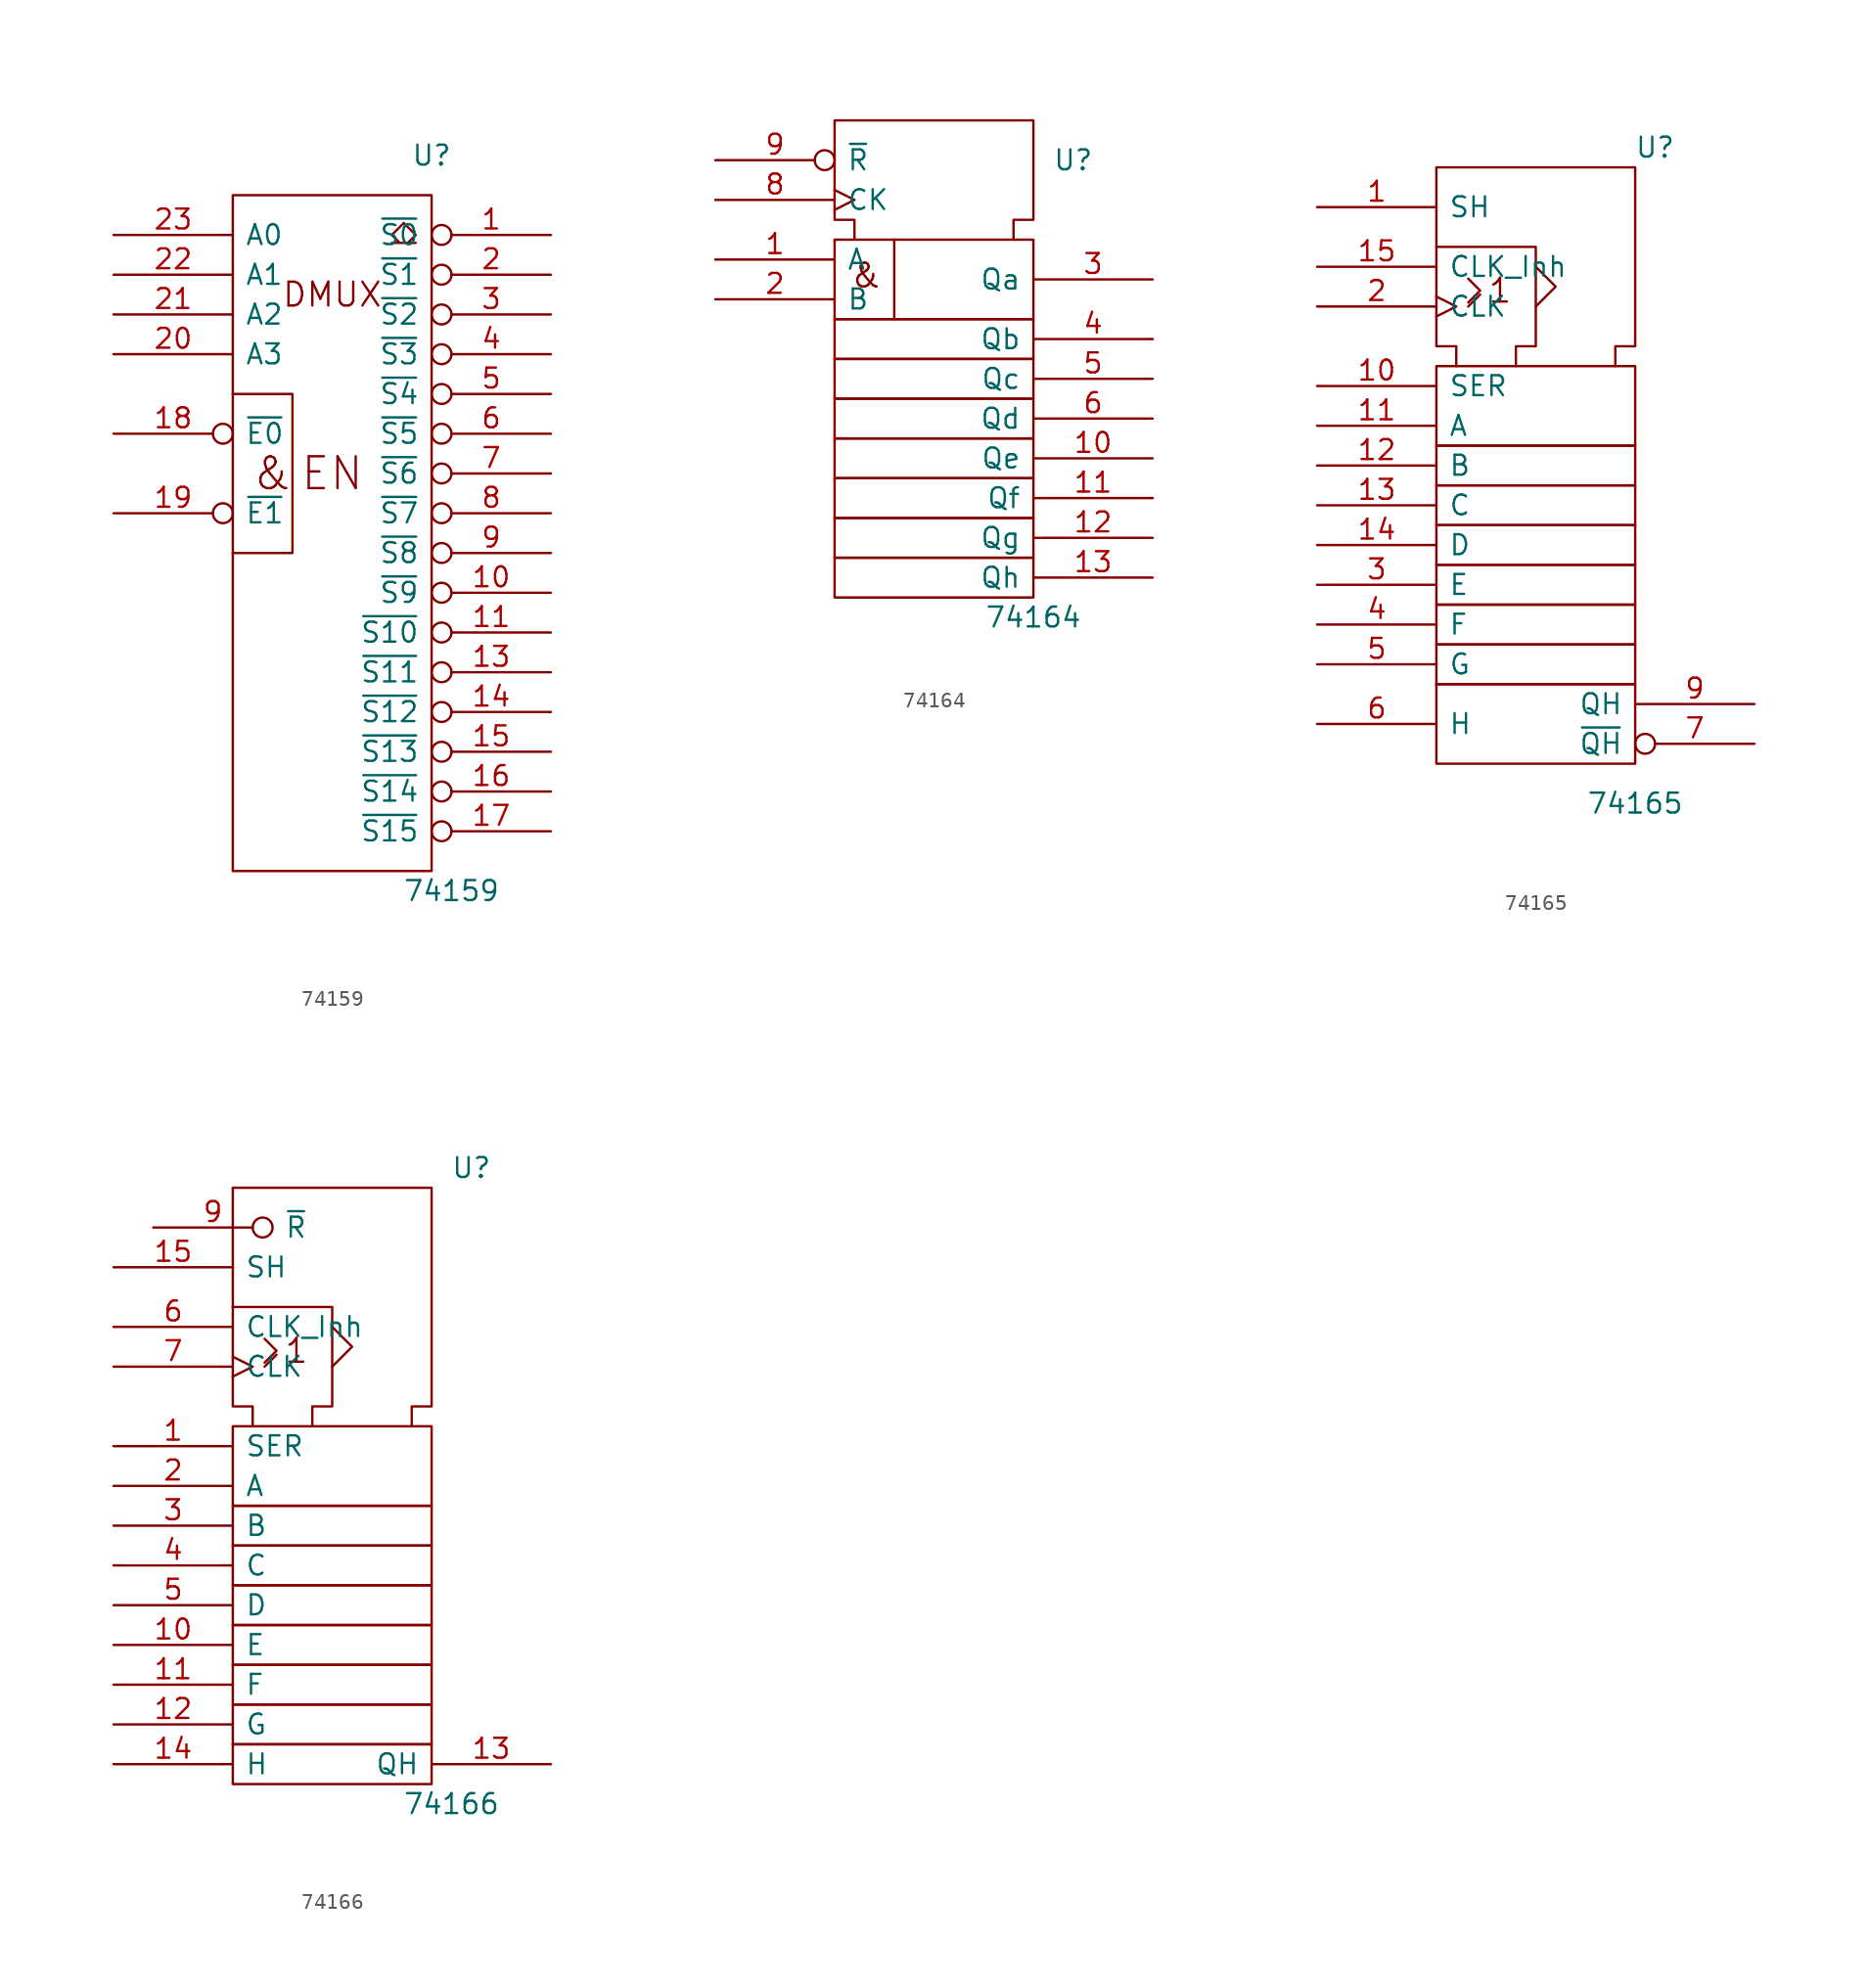
<source format=kicad_sym>
(kicad_symbol_lib
  (version 20201005)
  (generator kicad_symbol_editor)
  (symbol "74159"
    (pin_names
      (offset 0.762))
    (property "Reference" "U"
      (at 6.35 25.4 0)
      (effects (font (size 1.27 1.27))))
    (property "Value" "74159"
      (at 7.62 -21.59 0)
      (effects (font (size 1.27 1.27))))
    (symbol "74159_0_0"
      (text "&" (at -3.81 5.08 0) (effects (font (size 2.032 2.032))))
      (text "EN" (at 0 5.08 0) (effects (font (size 2.032 2.032))))
      (text "DMUX" (at 0 16.51 0) (effects (font (size 1.524 1.524))))
      (rectangle (start -6.35 22.86) (end 6.35 -20.32) (stroke (width 0)) (fill (type none)))
      (polyline (pts (xy -6.35 10.16) (xy -2.54 10.16) (xy -2.54 0) (xy -6.35 0) (xy -6.35 0)) (stroke (width 0)) (fill (type none)))
      (polyline (pts (xy 4.572 21.082) (xy 3.81 20.32) (xy 4.318 19.812) (xy 3.81 19.812) (xy 5.334 19.812) (xy 4.826 19.812) (xy 5.334 20.32) (xy 4.572 21.082) (xy 4.572 21.082)) (stroke (width 0)) (fill (type none)))
      (pin power_in line (at 0 22.86 270) (length 0) hide (name "VCC" (effects (font (size 1.27 1.27)))) (number "24" (effects (font (size 1.27 1.27)))))
      (pin power_in line (at 0 -20.32 90) (length 0) hide (name "GND" (effects (font (size 1.27 1.27)))) (number "12" (effects (font (size 1.27 1.27))))))
    (symbol "74159_1_1"
      (pin open_collector inverted (at 13.97 -17.78 180) (length 7.62) (name "~S15" (effects (font (size 1.27 1.27)))) (number "17" (effects (font (size 1.27 1.27)))))
      (pin open_collector inverted (at 13.97 -15.24 180) (length 7.62) (name "~S14" (effects (font (size 1.27 1.27)))) (number "16" (effects (font (size 1.27 1.27)))))
      (pin open_collector inverted (at 13.97 -12.7 180) (length 7.62) (name "~S13" (effects (font (size 1.27 1.27)))) (number "15" (effects (font (size 1.27 1.27)))))
      (pin open_collector inverted (at 13.97 -10.16 180) (length 7.62) (name "~S12" (effects (font (size 1.27 1.27)))) (number "14" (effects (font (size 1.27 1.27)))))
      (pin open_collector inverted (at 13.97 -7.62 180) (length 7.62) (name "~S11" (effects (font (size 1.27 1.27)))) (number "13" (effects (font (size 1.27 1.27)))))
      (pin open_collector inverted (at 13.97 -5.08 180) (length 7.62) (name "~S10" (effects (font (size 1.27 1.27)))) (number "11" (effects (font (size 1.27 1.27)))))
      (pin open_collector inverted (at 13.97 -2.54 180) (length 7.62) (name "~S9" (effects (font (size 1.27 1.27)))) (number "10" (effects (font (size 1.27 1.27)))))
      (pin open_collector inverted (at 13.97 0 180) (length 7.62) (name "~S8" (effects (font (size 1.27 1.27)))) (number "9" (effects (font (size 1.27 1.27)))))
      (pin open_collector inverted (at 13.97 2.54 180) (length 7.62) (name "~S7" (effects (font (size 1.27 1.27)))) (number "8" (effects (font (size 1.27 1.27)))))
      (pin open_collector inverted (at 13.97 5.08 180) (length 7.62) (name "~S6" (effects (font (size 1.27 1.27)))) (number "7" (effects (font (size 1.27 1.27)))))
      (pin open_collector inverted (at 13.97 7.62 180) (length 7.62) (name "~S5" (effects (font (size 1.27 1.27)))) (number "6" (effects (font (size 1.27 1.27)))))
      (pin open_collector inverted (at 13.97 10.16 180) (length 7.62) (name "~S4" (effects (font (size 1.27 1.27)))) (number "5" (effects (font (size 1.27 1.27)))))
      (pin open_collector inverted (at 13.97 12.7 180) (length 7.62) (name "~S3" (effects (font (size 1.27 1.27)))) (number "4" (effects (font (size 1.27 1.27)))))
      (pin open_collector inverted (at 13.97 15.24 180) (length 7.62) (name "~S2" (effects (font (size 1.27 1.27)))) (number "3" (effects (font (size 1.27 1.27)))))
      (pin open_collector inverted (at 13.97 17.78 180) (length 7.62) (name "~S1" (effects (font (size 1.27 1.27)))) (number "2" (effects (font (size 1.27 1.27)))))
      (pin open_collector inverted (at 13.97 20.32 180) (length 7.62) (name "~S0" (effects (font (size 1.27 1.27)))) (number "1" (effects (font (size 1.27 1.27)))))
      (pin input inverted (at -13.97 2.54 0) (length 7.62) (name "~E1" (effects (font (size 1.27 1.27)))) (number "19" (effects (font (size 1.27 1.27)))))
      (pin input inverted (at -13.97 7.62 0) (length 7.62) (name "~E0" (effects (font (size 1.27 1.27)))) (number "18" (effects (font (size 1.27 1.27)))))
      (pin input line (at -13.97 12.7 0) (length 7.62) (name "A3" (effects (font (size 1.27 1.27)))) (number "20" (effects (font (size 1.27 1.27)))))
      (pin input line (at -13.97 15.24 0) (length 7.62) (name "A2" (effects (font (size 1.27 1.27)))) (number "21" (effects (font (size 1.27 1.27)))))
      (pin input line (at -13.97 17.78 0) (length 7.62) (name "A1" (effects (font (size 1.27 1.27)))) (number "22" (effects (font (size 1.27 1.27)))))
      (pin input line (at -13.97 20.32 0) (length 7.62) (name "A0" (effects (font (size 1.27 1.27)))) (number "23" (effects (font (size 1.27 1.27)))))))
  (symbol "74164"
    (pin_names
      (offset 0.762))
    (property "Reference" "U"
      (at 8.89 6.35 0)
      (effects (font (size 1.27 1.27))))
    (property "Value" "74164"
      (at 6.35 -22.86 0)
      (effects (font (size 1.27 1.27))))
    (symbol "74164_0_0"
      (text "&" (at -4.318 -1.016 0) (effects (font (size 1.524 1.524)))))
    (symbol "74164_0_1"
      (rectangle (start -6.35 -3.81) (end 6.35 -6.35) (stroke (width 0)) (fill (type none)))
      (rectangle (start -6.35 -13.97) (end 6.35 -16.51) (stroke (width 0)) (fill (type none)))
      (rectangle (start -6.35 -16.51) (end 6.35 -19.05) (stroke (width 0)) (fill (type none)))
      (rectangle (start -6.35 -6.35) (end 6.35 -8.89) (stroke (width 0)) (fill (type none)))
      (rectangle (start -6.35 -8.89) (end 6.35 -11.43) (stroke (width 0)) (fill (type none)))
      (rectangle (start -6.35 1.27) (end 6.35 -3.81) (stroke (width 0)) (fill (type none)))
      (rectangle (start -6.35 -19.05) (end 6.35 -21.59) (stroke (width 0)) (fill (type none)))
      (rectangle (start -6.35 -11.43) (end 6.35 -13.97) (stroke (width 0)) (fill (type none)))
      (polyline (pts (xy -2.54 1.27) (xy -2.54 -3.81) (xy -2.54 -3.81)) (stroke (width 0)) (fill (type none)))
      (polyline (pts (xy -5.08 1.27) (xy -5.08 2.54) (xy -6.35 2.54) (xy -6.35 8.89) (xy 6.35 8.89) (xy 6.35 2.54) (xy 5.08 2.54) (xy 5.08 1.27) (xy 5.08 1.27)) (stroke (width 0)) (fill (type none))))
    (symbol "74164_1_1"
      (pin power_in line (at 0 8.89 270) (length 0) hide (name "Vss" (effects (font (size 1.27 1.27)))) (number "7" (effects (font (size 1.27 1.27)))))
      (pin power_in line (at 5.08 8.89 270) (length 0) hide (name "Vdd" (effects (font (size 1.27 1.27)))) (number "14" (effects (font (size 1.27 1.27)))))
      (pin output line (at 13.97 -20.32 180) (length 7.62) (name "Qh" (effects (font (size 1.27 1.27)))) (number "13" (effects (font (size 1.27 1.27)))))
      (pin output line (at 13.97 -17.78 180) (length 7.62) (name "Qg" (effects (font (size 1.27 1.27)))) (number "12" (effects (font (size 1.27 1.27)))))
      (pin output line (at 13.97 -15.24 180) (length 7.62) (name "Qf" (effects (font (size 1.27 1.27)))) (number "11" (effects (font (size 1.27 1.27)))))
      (pin output line (at 13.97 -12.7 180) (length 7.62) (name "Qe" (effects (font (size 1.27 1.27)))) (number "10" (effects (font (size 1.27 1.27)))))
      (pin output line (at 13.97 -10.16 180) (length 7.62) (name "Qd" (effects (font (size 1.27 1.27)))) (number "6" (effects (font (size 1.27 1.27)))))
      (pin output line (at 13.97 -7.62 180) (length 7.62) (name "Qc" (effects (font (size 1.27 1.27)))) (number "5" (effects (font (size 1.27 1.27)))))
      (pin output line (at 13.97 -5.08 180) (length 7.62) (name "Qb" (effects (font (size 1.27 1.27)))) (number "4" (effects (font (size 1.27 1.27)))))
      (pin output line (at 13.97 -1.27 180) (length 7.62) (name "Qa" (effects (font (size 1.27 1.27)))) (number "3" (effects (font (size 1.27 1.27)))))
      (pin input line (at -13.97 -2.54 0) (length 7.62) (name "B" (effects (font (size 1.27 1.27)))) (number "2" (effects (font (size 1.27 1.27)))))
      (pin input line (at -13.97 0 0) (length 7.62) (name "A" (effects (font (size 1.27 1.27)))) (number "1" (effects (font (size 1.27 1.27)))))
      (pin input clock (at -13.97 3.81 0) (length 7.62) (name "CK" (effects (font (size 1.27 1.27)))) (number "8" (effects (font (size 1.27 1.27)))))
      (pin input inverted (at -13.97 6.35 0) (length 7.62) (name "~R" (effects (font (size 1.27 1.27)))) (number "9" (effects (font (size 1.27 1.27)))))))
  (symbol "74165"
    (pin_names
      (offset 0.762))
    (property "Reference" "U"
      (at 7.62 15.24 0)
      (effects (font (size 1.27 1.27))))
    (property "Value" "74165"
      (at 6.35 -26.67 0)
      (effects (font (size 1.27 1.27))))
    (symbol "74165_0_0"
      (text "1" (at -2.286 6.096 0) (effects (font (size 1.524 1.524))))
      (rectangle (start -6.35 -13.97) (end 6.35 -16.51) (stroke (width 0)) (fill (type none)))
      (rectangle (start -6.35 -19.05) (end -6.35 -19.05) (stroke (width 0)) (fill (type none)))
      (rectangle (start -6.35 -8.89) (end 6.35 -11.43) (stroke (width 0)) (fill (type none)))
      (rectangle (start -6.35 -16.51) (end 6.35 -19.05) (stroke (width 0)) (fill (type none)))
      (rectangle (start -6.35 -6.35) (end 6.35 -8.89) (stroke (width 0)) (fill (type none)))
      (rectangle (start -6.35 -3.81) (end 6.35 -6.35) (stroke (width 0)) (fill (type none)))
      (rectangle (start -6.35 -11.43) (end 6.35 -13.97) (stroke (width 0)) (fill (type none)))
      (rectangle (start -6.35 1.27) (end 6.35 -3.81) (stroke (width 0)) (fill (type none)))
      (rectangle (start -6.35 -19.05) (end 6.35 -24.13) (stroke (width 0)) (fill (type none)))
      (polyline (pts (xy -4.318 5.08) (xy -3.556 5.842) (xy -3.556 5.842)) (stroke (width 0)) (fill (type none)))
      (polyline (pts (xy -4.318 6.858) (xy -3.556 6.096) (xy -4.318 5.334) (xy -4.318 5.334)) (stroke (width 0)) (fill (type none)))
      (polyline (pts (xy -6.35 8.89) (xy 0 8.89) (xy 0 2.54) (xy -1.27 2.54) (xy -1.27 1.27) (xy -1.27 1.27)) (stroke (width 0)) (fill (type none)))
      (polyline (pts (xy -5.08 1.27) (xy -5.08 2.54) (xy -6.35 2.54) (xy -6.35 13.97) (xy 6.35 13.97) (xy 6.35 2.54) (xy 5.08 2.54) (xy 5.08 1.27) (xy 5.08 1.27)) (stroke (width 0)) (fill (type none)))
      (polyline (pts (xy 0 7.62) (xy 1.27 6.35) (xy 0 5.08) (xy 0 5.08)) (stroke (width 0)) (fill (type none))))
    (symbol "74165_0_1"
      (pin power_in line (at 0 13.97 270) (length 0) hide (name "GND" (effects (font (size 1.27 1.27)))) (number "8" (effects (font (size 1.27 1.27))))))
    (symbol "74165_1_1"
      (pin power_in line (at 5.08 13.97 270) (length 0) hide (name "VCC" (effects (font (size 1.27 1.27)))) (number "16" (effects (font (size 1.27 1.27)))))
      (pin output inverted (at 13.97 -22.86 180) (length 7.62) (name "~QH" (effects (font (size 1.27 1.27)))) (number "7" (effects (font (size 1.27 1.27)))))
      (pin tri_state line (at 13.97 -20.32 180) (length 7.62) (name "QH" (effects (font (size 1.27 1.27)))) (number "9" (effects (font (size 1.27 1.27)))))
      (pin input line (at -13.97 -21.59 0) (length 7.62) (name "H" (effects (font (size 1.27 1.27)))) (number "6" (effects (font (size 1.27 1.27)))))
      (pin input line (at -13.97 -17.78 0) (length 7.62) (name "G" (effects (font (size 1.27 1.27)))) (number "5" (effects (font (size 1.27 1.27)))))
      (pin input line (at -13.97 -15.24 0) (length 7.62) (name "F" (effects (font (size 1.27 1.27)))) (number "4" (effects (font (size 1.27 1.27)))))
      (pin input line (at -13.97 -12.7 0) (length 7.62) (name "E" (effects (font (size 1.27 1.27)))) (number "3" (effects (font (size 1.27 1.27)))))
      (pin input line (at -13.97 -10.16 0) (length 7.62) (name "D" (effects (font (size 1.27 1.27)))) (number "14" (effects (font (size 1.27 1.27)))))
      (pin input line (at -13.97 -7.62 0) (length 7.62) (name "C" (effects (font (size 1.27 1.27)))) (number "13" (effects (font (size 1.27 1.27)))))
      (pin input line (at -13.97 -5.08 0) (length 7.62) (name "B" (effects (font (size 1.27 1.27)))) (number "12" (effects (font (size 1.27 1.27)))))
      (pin input line (at -13.97 -2.54 0) (length 7.62) (name "A" (effects (font (size 1.27 1.27)))) (number "11" (effects (font (size 1.27 1.27)))))
      (pin input line (at -13.97 0 0) (length 7.62) (name "SER" (effects (font (size 1.27 1.27)))) (number "10" (effects (font (size 1.27 1.27)))))
      (pin input clock (at -13.97 5.08 0) (length 7.62) (name "CLK" (effects (font (size 1.27 1.27)))) (number "2" (effects (font (size 1.27 1.27)))))
      (pin input line (at -13.97 7.62 0) (length 7.62) (name "CLK_Inh" (effects (font (size 1.27 1.27)))) (number "15" (effects (font (size 1.27 1.27)))))
      (pin input line (at -13.97 11.43 0) (length 7.62) (name "SH" (effects (font (size 1.27 1.27)))) (number "1" (effects (font (size 1.27 1.27)))))))
  (symbol "74166"
    (pin_names
      (offset 0.762))
    (property "Reference" "U"
      (at 8.89 17.78 0)
      (effects (font (size 1.27 1.27))))
    (property "Value" "74166"
      (at 7.62 -22.86 0)
      (effects (font (size 1.27 1.27))))
    (symbol "74166_0_0"
      (text "1" (at -2.286 6.096 0) (effects (font (size 1.524 1.524))))
      (rectangle (start -6.35 -6.35) (end 6.35 -8.89) (stroke (width 0)) (fill (type none)))
      (rectangle (start -6.35 -16.51) (end 6.35 -19.05) (stroke (width 0)) (fill (type none)))
      (rectangle (start -6.35 -11.43) (end 6.35 -13.97) (stroke (width 0)) (fill (type none)))
      (rectangle (start -6.35 -13.97) (end 6.35 -16.51) (stroke (width 0)) (fill (type none)))
      (rectangle (start -6.35 1.27) (end 6.35 -3.81) (stroke (width 0)) (fill (type none)))
      (rectangle (start -6.35 -8.89) (end 6.35 -11.43) (stroke (width 0)) (fill (type none)))
      (rectangle (start -6.35 -19.05) (end 6.35 -21.59) (stroke (width 0)) (fill (type none)))
      (rectangle (start -6.35 -19.05) (end -6.35 -19.05) (stroke (width 0)) (fill (type none)))
      (rectangle (start -6.35 -3.81) (end 6.35 -6.35) (stroke (width 0)) (fill (type none)))
      (polyline (pts (xy -4.318 6.858) (xy -3.556 6.096) (xy -4.318 5.334) (xy -4.318 5.334)) (stroke (width 0)) (fill (type none)))
      (polyline (pts (xy 0 7.62) (xy 1.27 6.35) (xy 0 5.08) (xy 0 5.08)) (stroke (width 0)) (fill (type none)))
      (polyline (pts (xy -4.318 5.08) (xy -3.556 5.842) (xy -3.556 5.842)) (stroke (width 0)) (fill (type none)))
      (polyline (pts (xy -6.35 8.89) (xy 0 8.89) (xy 0 2.54) (xy -1.27 2.54) (xy -1.27 1.27) (xy -1.27 1.27)) (stroke (width 0)) (fill (type none)))
      (polyline (pts (xy -5.08 1.27) (xy -5.08 2.54) (xy -6.35 2.54) (xy -6.35 16.51) (xy 6.35 16.51) (xy 6.35 2.54) (xy 5.08 2.54) (xy 5.08 1.27) (xy 5.08 1.27)) (stroke (width 0)) (fill (type none))))
    (symbol "74166_0_1"
      (pin power_in line (at 1.27 16.51 270) (length 0) hide (name "GND" (effects (font (size 1.27 1.27)))) (number "8" (effects (font (size 1.27 1.27))))))
    (symbol "74166_1_1"
      (pin power_in line (at 5.08 16.51 270) (length 0) hide (name "VCC" (effects (font (size 1.27 1.27)))) (number "16" (effects (font (size 1.27 1.27)))))
      (pin tri_state line (at 13.97 -20.32 180) (length 7.62) (name "QH" (effects (font (size 1.27 1.27)))) (number "13" (effects (font (size 1.27 1.27)))))
      (pin input line (at -13.97 -20.32 0) (length 7.62) (name "H" (effects (font (size 1.27 1.27)))) (number "14" (effects (font (size 1.27 1.27)))))
      (pin input line (at -13.97 -17.78 0) (length 7.62) (name "G" (effects (font (size 1.27 1.27)))) (number "12" (effects (font (size 1.27 1.27)))))
      (pin input line (at -13.97 -15.24 0) (length 7.62) (name "F" (effects (font (size 1.27 1.27)))) (number "11" (effects (font (size 1.27 1.27)))))
      (pin input line (at -13.97 -12.7 0) (length 7.62) (name "E" (effects (font (size 1.27 1.27)))) (number "10" (effects (font (size 1.27 1.27)))))
      (pin input line (at -13.97 -10.16 0) (length 7.62) (name "D" (effects (font (size 1.27 1.27)))) (number "5" (effects (font (size 1.27 1.27)))))
      (pin input line (at -13.97 -7.62 0) (length 7.62) (name "C" (effects (font (size 1.27 1.27)))) (number "4" (effects (font (size 1.27 1.27)))))
      (pin input line (at -13.97 -5.08 0) (length 7.62) (name "B" (effects (font (size 1.27 1.27)))) (number "3" (effects (font (size 1.27 1.27)))))
      (pin input line (at -13.97 -2.54 0) (length 7.62) (name "A" (effects (font (size 1.27 1.27)))) (number "2" (effects (font (size 1.27 1.27)))))
      (pin input line (at -13.97 0 0) (length 7.62) (name "SER" (effects (font (size 1.27 1.27)))) (number "1" (effects (font (size 1.27 1.27)))))
      (pin input clock (at -13.97 5.08 0) (length 7.62) (name "CLK" (effects (font (size 1.27 1.27)))) (number "7" (effects (font (size 1.27 1.27)))))
      (pin input line (at -13.97 7.62 0) (length 7.62) (name "CLK_Inh" (effects (font (size 1.27 1.27)))) (number "6" (effects (font (size 1.27 1.27)))))
      (pin input line (at -13.97 11.43 0) (length 7.62) (name "SH" (effects (font (size 1.27 1.27)))) (number "15" (effects (font (size 1.27 1.27)))))
      (pin input inverted (at -11.43 13.97 0) (length 7.62) (name "~R" (effects (font (size 1.27 1.27)))) (number "9" (effects (font (size 1.27 1.27))))))))
</source>
